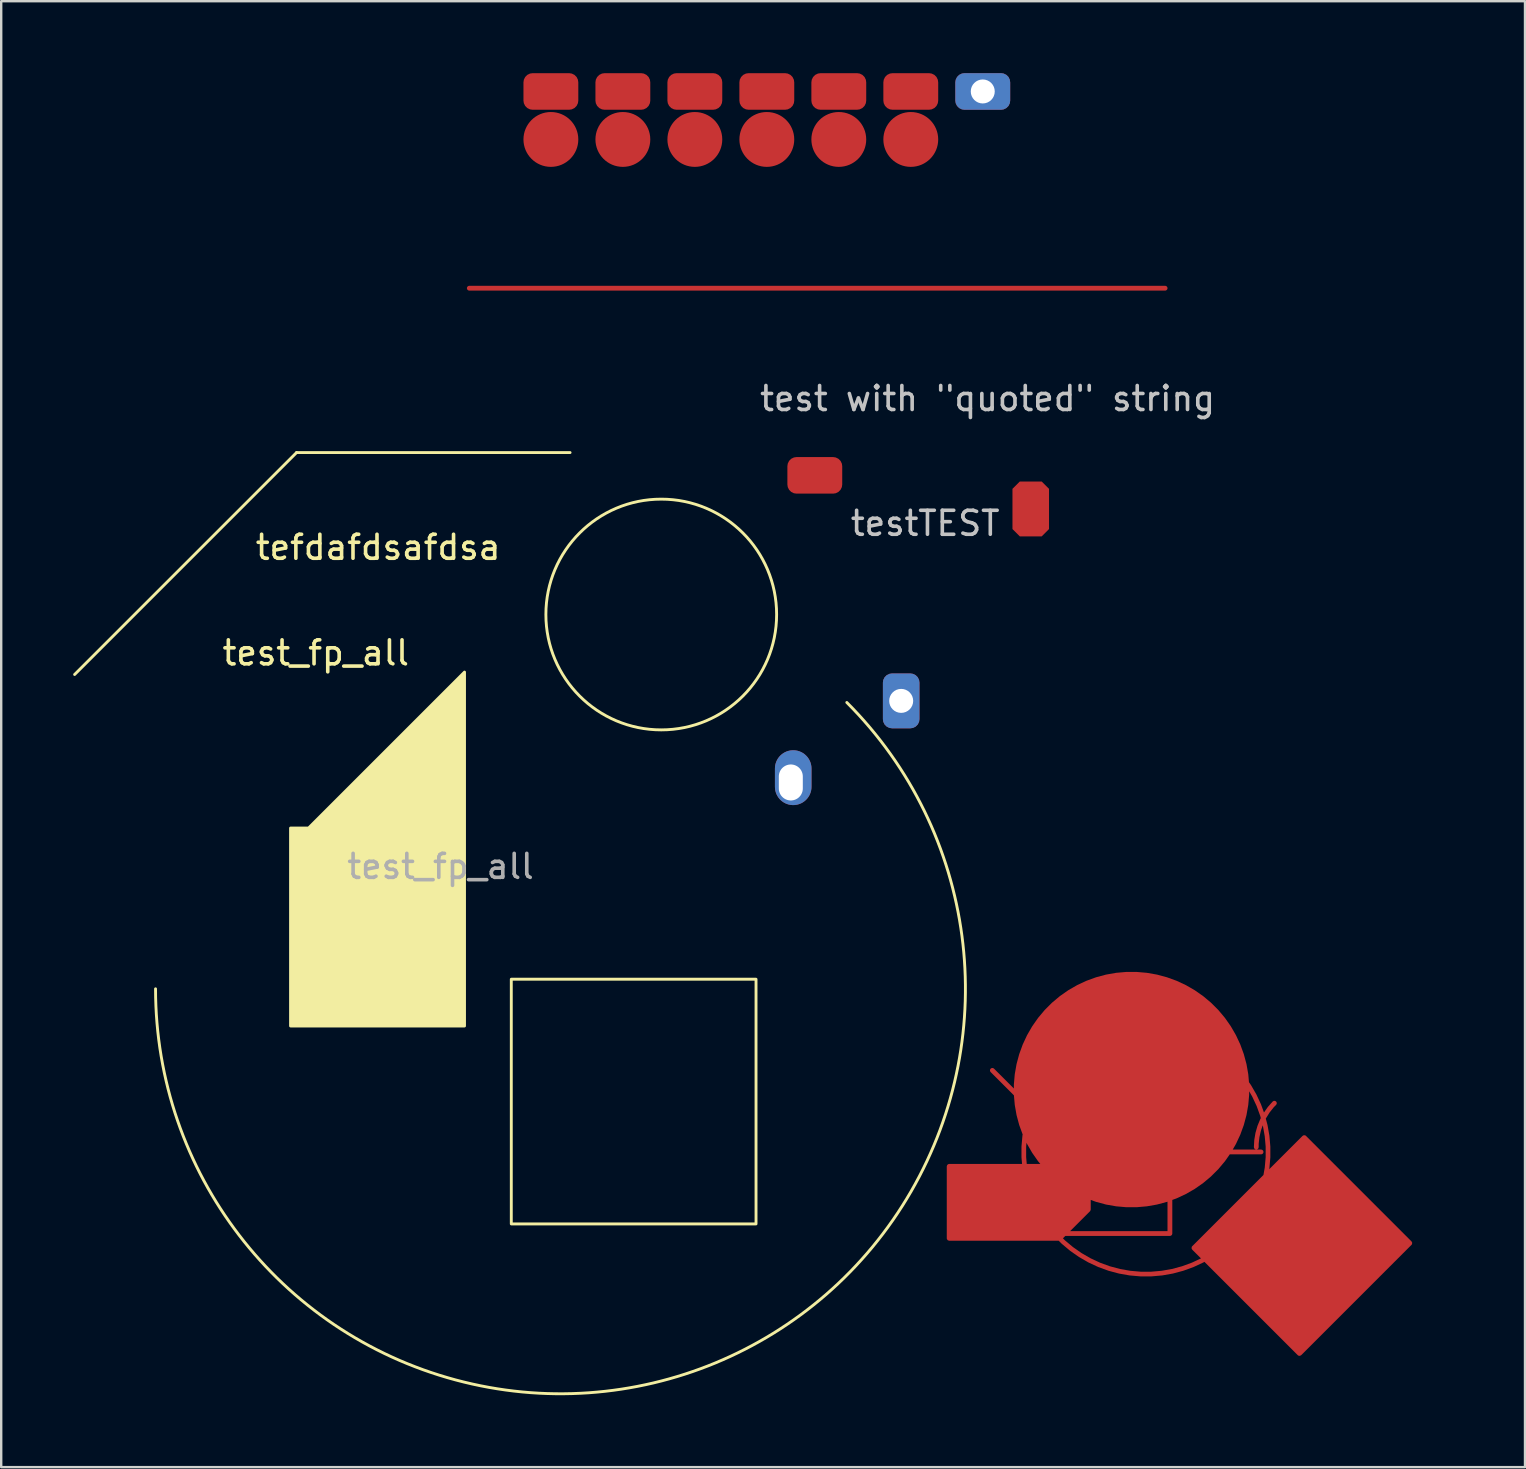
<source format=kicad_pcb>
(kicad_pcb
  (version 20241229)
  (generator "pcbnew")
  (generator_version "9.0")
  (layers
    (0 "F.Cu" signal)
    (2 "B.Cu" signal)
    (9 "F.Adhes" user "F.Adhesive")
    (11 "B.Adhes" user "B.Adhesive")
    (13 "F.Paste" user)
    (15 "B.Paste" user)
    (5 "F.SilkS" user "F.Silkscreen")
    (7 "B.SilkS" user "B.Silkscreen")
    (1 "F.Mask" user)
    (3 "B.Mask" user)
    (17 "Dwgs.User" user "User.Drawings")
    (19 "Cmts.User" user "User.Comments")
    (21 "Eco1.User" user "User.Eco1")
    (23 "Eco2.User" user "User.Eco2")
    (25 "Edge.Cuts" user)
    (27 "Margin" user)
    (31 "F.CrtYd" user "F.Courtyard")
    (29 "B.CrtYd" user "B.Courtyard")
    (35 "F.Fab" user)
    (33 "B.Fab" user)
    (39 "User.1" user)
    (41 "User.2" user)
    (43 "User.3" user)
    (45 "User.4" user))
  (footprint "test_fp_all"
    (layer "F.Cu")
    (at 7.91 24.762)
    (property "Reference" "test_fp_all" (at 2.2 -0.6 0) (unlocked yes) (layer "F.SilkS") (effects (font (size 1 1) (thickness 0.15))))
    (attr smd)
    (fp_line (start 8.6 -15.8) (end 37.6 -15.8) (stroke (width 0.2) (type solid)) (layer "F.Cu"))
    (fp_line (start -7.85 0.3) (end 1.4 -8.95) (stroke (width 0.12) (type solid)) (layer "F.SilkS"))
    (fp_line (start 1.4 -8.95) (end 12.8 -8.95) (stroke (width 0.12) (type solid)) (layer "F.SilkS"))
    (fp_rect (start 10.35 23.2) (end 20.55 13) (stroke (width 0.12) (type solid)) (fill no) (layer "F.SilkS"))
    (fp_arc (start 24.333985 1.466015) (mid 18.858626 28.992503) (end -4.477203 13.4) (stroke (width 0.12) (type solid)) (layer "F.SilkS"))
    (fp_circle (center 16.6 -2.2) (end 20 -5.6) (stroke (width 0.12) (type solid)) (fill no) (layer "F.SilkS"))
    (fp_poly (pts (xy 8.4 14.95) (xy 1.15 14.95) (xy 1.15 6.7) (xy 1.9 6.7) (xy 8.4 0.2)) (stroke (width 0.12) (type solid)) (fill yes) (layer "F.SilkS"))
    (fp_text user "tefdafdsafdsa" (at 4.8 -5 0) (unlocked yes) (layer "F.SilkS") (effects (font (size 1 1) (thickness 0.15))))
    (fp_text user "test with \"quoted\" string" (at 30.2 -11.2 0) (unlocked yes) (layer "Dwgs.User") (effects (font (size 1 1) (thickness 0.15))))
    (fp_text user "testTEST" (at 27.6 -6 0) (unlocked yes) (layer "Dwgs.User") (effects (font (size 1 1) (thickness 0.15))))
    (fp_text user "${REFERENCE}" (at 7.4 8.3 0) (unlocked yes) (layer "F.Fab") (effects (font (size 1 1) (thickness 0.15))))
    (pad "" np_thru_hole roundrect (at 26.6 1.4 90) (size 2.286 1.524) (drill 1) (layers "*.Cu" "*.Mask") (roundrect_rratio 0.25))
    (pad "" smd roundrect (at 31.2 6.4) (size 2.286 1.524) (layers "F.Paste") (roundrect_rratio 0.25))
    (pad "1" smd roundrect (at 12 -24) (size 2.286 1.524) (layers "F.Cu" "F.Mask" "F.Paste") (roundrect_rratio 0.25))
    (pad "1" smd circle (at 12 -22) (size 2.286 2.286) (layers "F.Cu" "F.Mask" "F.Paste"))
    (pad "1" smd roundrect (at 15 -24) (size 2.286 1.524) (property pad_prop_bga) (layers "F.Cu" "F.Mask" "F.Paste") (roundrect_rratio 0.25))
    (pad "1" smd circle (at 15 -22) (size 2.286 2.286) (property pad_prop_bga) (layers "F.Cu" "F.Mask" "F.Paste"))
    (pad "1" smd roundrect (at 18 -24) (size 2.286 1.524) (property pad_prop_fiducial_loc) (layers "F.Cu" "F.Mask" "F.Paste") (roundrect_rratio 0.25))
    (pad "1" smd circle (at 18 -22) (size 2.286 2.286) (property pad_prop_fiducial_loc) (layers "F.Cu" "F.Mask" "F.Paste"))
    (pad "1" smd roundrect (at 21 -24) (size 2.286 1.524) (property pad_prop_fiducial_glob) (layers "F.Cu" "F.Mask" "F.Paste") (roundrect_rratio 0.25))
    (pad "1" smd circle (at 21 -22) (size 2.286 2.286) (property pad_prop_fiducial_glob) (layers "F.Cu" "F.Mask" "F.Paste"))
    (pad "1" smd roundrect (at 23 -8) (size 2.286 1.524) (layers "F.Cu" "F.Mask" "F.Paste") (roundrect_rratio 0.25))
    (pad "1" smd roundrect (at 24 -24) (size 2.286 1.524) (property pad_prop_testpoint) (layers "F.Cu" "F.Mask" "F.Paste") (roundrect_rratio 0.25))
    (pad "1" smd circle (at 24 -22) (size 2.286 2.286) (property pad_prop_testpoint) (layers "F.Cu" "F.Mask" "F.Paste"))
    (pad "1" smd roundrect (at 27 -24) (size 2.286 1.524) (property pad_prop_heatsink) (layers "F.Cu" "F.Mask" "F.Paste") (roundrect_rratio 0.25))
    (pad "1" smd circle (at 27 -22) (size 2.286 2.286) (property pad_prop_heatsink) (layers "F.Cu" "F.Mask" "F.Paste"))
    (pad "2" thru_hole oval (at 22 4.8 90) (size 2.286 1.524) (drill oval 1.5 1 (offset 0.2 0.1)) (property pad_prop_castellated) (layers "*.Cu" "*.Mask") (remove_unused_layers yes) (keep_end_layers yes) (zone_layer_connections))
    (pad "3" connect custom (at 35 19.8) (size 1.524 1.524) (layers "F.Cu" "F.Mask") (options (anchor circle)) (primitives (gr_circle (center 1.2 -2.2) (end 6.008 -2.2) (width 0.2) (fill yes)) (gr_rect (start -1.8 -0.8) (end 2.8 3.8) (width 0.2) (fill no)) (gr_line (start 2.2 0.4) (end 6.6 0.4) (width 0.2)) (gr_circle (center 1.8 0.4) (end 6.891 0.4) (width 0.2) (fill no)) (gr_poly (pts (xy 12.8 4.2) (xy 8.2 8.8) (xy 3.8 4.4) (xy 8.4 -0.2)) (width 0.2) (fill yes)) (gr_arc (start 6.4 0.2) (mid 6.596181 -0.790785) (end 7.155119 -1.632052) (width 0.2)) (gr_line (start -1.6 0) (end -4.6 -3) (width 0.2)) (gr_poly (pts (xy -0.6 2.8) (xy -1.8 4) (xy -6.4 4) (xy -6.4 1) (xy -0.6 1)) (width 0.2) (fill yes)) (gr_poly (pts (xy 0.871 -0.746) (xy 0.983 -0.691) (xy 1.072 -0.603) (xy 1.127 -0.49) (xy 1.143 -0.381) (xy 1.143 0.381) (xy 1.127 0.49) (xy 1.072 0.602) (xy 0.984 0.691) (xy 0.871 0.746) (xy 0.762 0.762) (xy -0.762 0.762) (xy -0.871 0.746) (xy -0.983 0.691) (xy -1.072 0.603) (xy -1.127 0.49) (xy -1.143 0.381) (xy -1.143 -0.381) (xy -1.127 -0.49) (xy -1.072 -0.602) (xy -0.984 -0.691) (xy -0.871 -0.746) (xy -0.762 -0.762) (xy 0.762 -0.762)) (width 0) (fill yes))))
    (pad "4" smd roundrect (at 32 -6.6 90) (size 2.286 1.524) (layers "F.Cu" "F.Mask" "F.Paste") (roundrect_rratio 0) (chamfer_ratio 0.2) (chamfer top_left top_right bottom_left bottom_right))
    (pad "5" thru_hole roundrect (at 30 -24) (size 2.286 1.524) (drill 1) (property pad_prop_castellated) (layers "*.Cu" "*.Mask") (roundrect_rratio 0.25))
    (zone (net_name "") (layer "F.Cu") (name "test") (hatch none 0.508) (connect_pads) (min_thickness 0.254) (filled_areas_thickness no) (keepout (tracks not_allowed) (vias not_allowed) (pads not_allowed) (copperpour allowed) (footprints allowed)) (placement (enabled no)) (fill) (polygon (pts (xy 57.51 35.762) (xy 44.71 36.962) (xy 44.71 22.962)))))
  (gr_rect
    (start -3 -3)
    (end 60.51 58.099)
    (stroke (width 0.1) (type default))
    (fill no)
    (layer "Edge.Cuts")))
</source>
